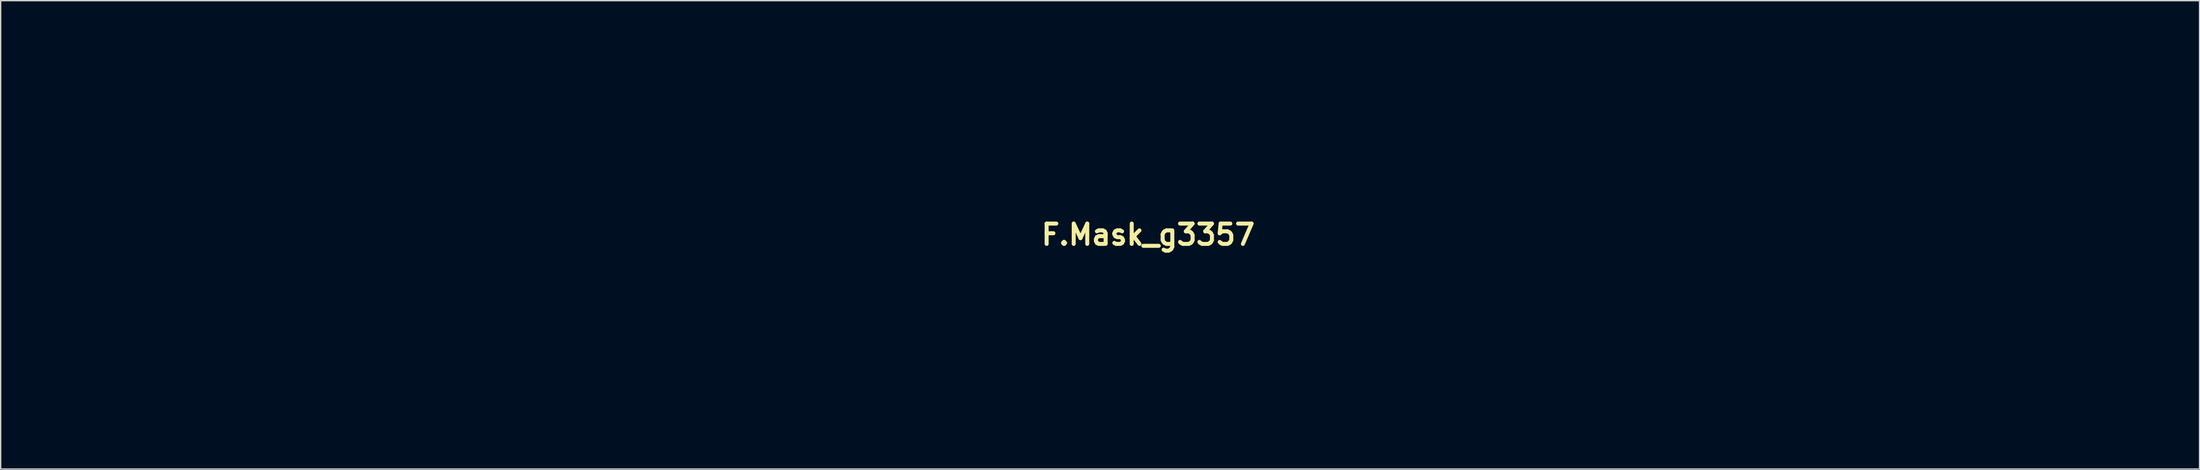
<source format=kicad_pcb>
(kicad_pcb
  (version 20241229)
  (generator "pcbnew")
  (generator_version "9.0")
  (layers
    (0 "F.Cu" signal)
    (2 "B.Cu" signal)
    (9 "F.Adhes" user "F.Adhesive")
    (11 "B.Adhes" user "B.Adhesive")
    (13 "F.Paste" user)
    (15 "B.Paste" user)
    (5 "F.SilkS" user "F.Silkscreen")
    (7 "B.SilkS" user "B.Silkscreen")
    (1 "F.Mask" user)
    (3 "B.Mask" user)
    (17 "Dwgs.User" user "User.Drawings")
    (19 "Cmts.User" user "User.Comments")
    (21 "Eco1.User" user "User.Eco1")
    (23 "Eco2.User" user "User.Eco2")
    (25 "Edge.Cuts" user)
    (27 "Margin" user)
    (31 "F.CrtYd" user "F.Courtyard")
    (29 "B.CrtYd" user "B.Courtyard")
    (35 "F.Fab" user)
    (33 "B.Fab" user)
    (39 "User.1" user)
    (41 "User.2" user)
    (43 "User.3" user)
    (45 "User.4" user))
  (footprint "F.Mask_g3357"
    (layer "F.Cu")
    (at 83.14 14.572)
    (property "Reference" "F.Mask_g3357" (at 0 0 0) (layer "F.SilkS") (effects (font (size 1.524 1.524) (thickness 0.3))))
    (attr through_hole)
    (fp_poly (pts (xy 52.632 -0.273) (xy 52.746 -0.246) (xy 52.853 -0.196) (xy 52.95 -0.124) (xy 52.972 -0.103) (xy 53.048 -0.011) (xy 53.101 0.092) (xy 53.134 0.201) (xy 53.144 0.314) (xy 53.133 0.427) (xy 53.1 0.537) (xy 53.045 0.64) (xy 52.982 0.719) (xy 52.892 0.799) (xy 52.794 0.855) (xy 52.686 0.889) (xy 52.565 0.9) (xy 52.548 0.9) (xy 52.492 0.898) (xy 52.439 0.894) (xy 52.399 0.888) (xy 52.395 0.888) (xy 52.328 0.864) (xy 52.254 0.826) (xy 52.183 0.778) (xy 52.128 0.73) (xy 52.052 0.636) (xy 51.997 0.532) (xy 51.966 0.42) (xy 51.957 0.304) (xy 51.971 0.185) (xy 52.009 0.068) (xy 52.017 0.051) (xy 52.05 -0.004) (xy 52.098 -0.065) (xy 52.155 -0.124) (xy 52.214 -0.174) (xy 52.269 -0.211) (xy 52.276 -0.215) (xy 52.394 -0.258) (xy 52.514 -0.278) (xy 52.632 -0.273)) (stroke (width 0.01) (type solid)) (fill yes) (layer "F.Mask"))
    (fp_poly (pts (xy 73.823 -14.536) (xy 74.056 -14.464) (xy 74.285 -14.368) (xy 74.507 -14.251) (xy 74.719 -14.113) (xy 74.919 -13.957) (xy 75.104 -13.784) (xy 75.272 -13.595) (xy 75.37 -13.468) (xy 75.512 -13.252) (xy 75.632 -13.029) (xy 75.732 -12.797) (xy 75.812 -12.551) (xy 75.875 -12.29) (xy 75.886 -12.23) (xy 75.89 -12.212) (xy 75.893 -12.195) (xy 75.895 -12.177) (xy 75.898 -12.156) (xy 75.9 -12.133) (xy 75.902 -12.105) (xy 75.904 -12.072) (xy 75.905 -12.032) (xy 75.907 -11.985) (xy 75.908 -11.929) (xy 75.909 -11.863) (xy 75.91 -11.786) (xy 75.911 -11.697) (xy 75.912 -11.596) (xy 75.913 -11.479) (xy 75.913 -11.348) (xy 75.914 -11.2) (xy 75.915 -11.034) (xy 75.915 -10.85) (xy 75.915 -10.646) (xy 75.916 -10.421) (xy 75.916 -10.174) (xy 75.917 -9.904) (xy 75.917 -9.609) (xy 75.917 -9.598) (xy 75.921 -7.112) (xy -83.135 -7.112) (xy -83.13 -9.592) (xy -83.13 -9.887) (xy -83.129 -10.158) (xy -83.129 -10.405) (xy -83.128 -10.631) (xy -83.128 -10.835) (xy -83.127 -11.02) (xy -83.127 -11.186) (xy -83.126 -11.334) (xy -83.125 -11.466) (xy -83.125 -11.583) (xy -83.124 -11.685) (xy -83.123 -11.774) (xy -83.122 -11.851) (xy -83.121 -11.917) (xy -83.119 -11.974) (xy -83.118 -12.021) (xy -83.116 -12.061) (xy -83.114 -12.095) (xy -83.112 -12.123) (xy -83.11 -12.147) (xy -83.108 -12.167) (xy -83.105 -12.186) (xy -83.102 -12.204) (xy -83.1 -12.217) (xy -83.038 -12.495) (xy -82.956 -12.758) (xy -82.853 -13.007) (xy -82.729 -13.242) (xy -82.583 -13.464) (xy -82.415 -13.674) (xy -82.412 -13.678) (xy -82.224 -13.872) (xy -82.023 -14.045) (xy -81.808 -14.197) (xy -81.58 -14.327) (xy -81.34 -14.434) (xy -81.088 -14.52) (xy -81.051 -14.53) (xy -80.918 -14.567) (xy -3.609 -14.567) (xy 73.7 -14.567) (xy 73.823 -14.536)) (stroke (width 0.01) (type solid)) (fill yes) (layer "F.Mask"))
    (fp_poly (pts (xy 75.921 9.543) (xy 75.921 9.842) (xy 75.921 10.117) (xy 75.921 10.368) (xy 75.92 10.598) (xy 75.92 10.807) (xy 75.92 10.996) (xy 75.919 11.167) (xy 75.919 11.321) (xy 75.918 11.459) (xy 75.917 11.581) (xy 75.915 11.69) (xy 75.913 11.786) (xy 75.911 11.871) (xy 75.909 11.945) (xy 75.906 12.011) (xy 75.902 12.068) (xy 75.898 12.118) (xy 75.894 12.163) (xy 75.889 12.203) (xy 75.883 12.24) (xy 75.877 12.275) (xy 75.87 12.308) (xy 75.862 12.342) (xy 75.854 12.377) (xy 75.845 12.414) (xy 75.838 12.44) (xy 75.762 12.702) (xy 75.665 12.953) (xy 75.546 13.19) (xy 75.408 13.412) (xy 75.251 13.62) (xy 75.075 13.811) (xy 74.882 13.985) (xy 74.673 14.141) (xy 74.449 14.278) (xy 74.21 14.395) (xy 73.957 14.492) (xy 73.8 14.539) (xy 73.628 14.586) (xy -3.569 14.588) (xy -5.31 14.588) (xy -7.027 14.588) (xy -8.718 14.588) (xy -10.385 14.588) (xy -12.027 14.588) (xy -13.644 14.588) (xy -15.237 14.588) (xy -16.806 14.588) (xy -18.351 14.588) (xy -19.872 14.588) (xy -21.369 14.588) (xy -22.842 14.588) (xy -24.293 14.588) (xy -25.72 14.588) (xy -27.124 14.588) (xy -28.505 14.588) (xy -29.864 14.588) (xy -31.2 14.588) (xy -32.514 14.588) (xy -33.806 14.588) (xy -35.075 14.588) (xy -36.323 14.588) (xy -37.549 14.588) (xy -38.754 14.588) (xy -39.938 14.588) (xy -41.1 14.588) (xy -42.242 14.588) (xy -43.362 14.588) (xy -44.462 14.588) (xy -45.542 14.588) (xy -46.601 14.588) (xy -47.64 14.588) (xy -48.66 14.588) (xy -49.659 14.588) (xy -50.639 14.588) (xy -51.6 14.588) (xy -52.541 14.588) (xy -53.464 14.588) (xy -54.367 14.588) (xy -55.252 14.588) (xy -56.118 14.588) (xy -56.965 14.588) (xy -57.795 14.588) (xy -58.606 14.587) (xy -59.4 14.587) (xy -60.176 14.587) (xy -60.934 14.587) (xy -61.675 14.587) (xy -62.399 14.587) (xy -63.106 14.587) (xy -63.796 14.587) (xy -64.469 14.587) (xy -65.126 14.587) (xy -65.767 14.587) (xy -66.391 14.586) (xy -66.999 14.586) (xy -67.592 14.586) (xy -68.169 14.586) (xy -68.73 14.586) (xy -69.276 14.586) (xy -69.807 14.586) (xy -70.323 14.585) (xy -70.824 14.585) (xy -71.311 14.585) (xy -71.783 14.585) (xy -72.241 14.585) (xy -72.685 14.585) (xy -73.115 14.584) (xy -73.531 14.584) (xy -73.933 14.584) (xy -74.322 14.584) (xy -74.698 14.584) (xy -75.061 14.584) (xy -75.411 14.583) (xy -75.748 14.583) (xy -76.072 14.583) (xy -76.384 14.583) (xy -76.684 14.583) (xy -76.972 14.582) (xy -77.248 14.582) (xy -77.513 14.582) (xy -77.765 14.582) (xy -78.007 14.581) (xy -78.237 14.581) (xy -78.456 14.581) (xy -78.664 14.581) (xy -78.862 14.58) (xy -79.049 14.58) (xy -79.226 14.58) (xy -79.393 14.58) (xy -79.549 14.579) (xy -79.696 14.579) (xy -79.833 14.579) (xy -79.961 14.578) (xy -80.079 14.578) (xy -80.188 14.578) (xy -80.289 14.577) (xy -80.38 14.577) (xy -80.463 14.577) (xy -80.537 14.577) (xy -80.603 14.576) (xy -80.661 14.576) (xy -80.711 14.575) (xy -80.754 14.575) (xy -80.788 14.575) (xy -80.816 14.574) (xy -80.836 14.574) (xy -80.848 14.574) (xy -80.854 14.573) (xy -80.855 14.573) (xy -81.091 14.516) (xy -81.327 14.436) (xy -81.558 14.332) (xy -81.781 14.208) (xy -81.994 14.064) (xy -82.017 14.048) (xy -82.087 13.99) (xy -82.168 13.917) (xy -82.254 13.835) (xy -82.341 13.747) (xy -82.422 13.66) (xy -82.494 13.578) (xy -82.549 13.508) (xy -82.679 13.32) (xy -82.79 13.13) (xy -82.885 12.934) (xy -82.965 12.729) (xy -83.032 12.509) (xy -83.088 12.271) (xy -83.099 12.211) (xy -83.103 12.194) (xy -83.106 12.177) (xy -83.108 12.159) (xy -83.111 12.139) (xy -83.113 12.116) (xy -83.115 12.088) (xy -83.117 12.055) (xy -83.118 12.015) (xy -83.12 11.967) (xy -83.121 11.911) (xy -83.122 11.844) (xy -83.123 11.767) (xy -83.124 11.677) (xy -83.125 11.575) (xy -83.126 11.457) (xy -83.126 11.324) (xy -83.127 11.175) (xy -83.128 11.008) (xy -83.128 10.822) (xy -83.129 10.616) (xy -83.129 10.389) (xy -83.13 10.14) (xy -83.13 9.867) (xy -83.13 9.604) (xy -83.135 7.137) (xy 75.921 7.137) (xy 75.921 9.543)) (stroke (width 0.01) (type solid)) (fill yes) (layer "F.Mask")))
  (gr_rect
    (start -3 -3)
    (end 162.066 32.165)
    (stroke (width 0.1) (type default))
    (fill no)
    (layer "Edge.Cuts")))
</source>
